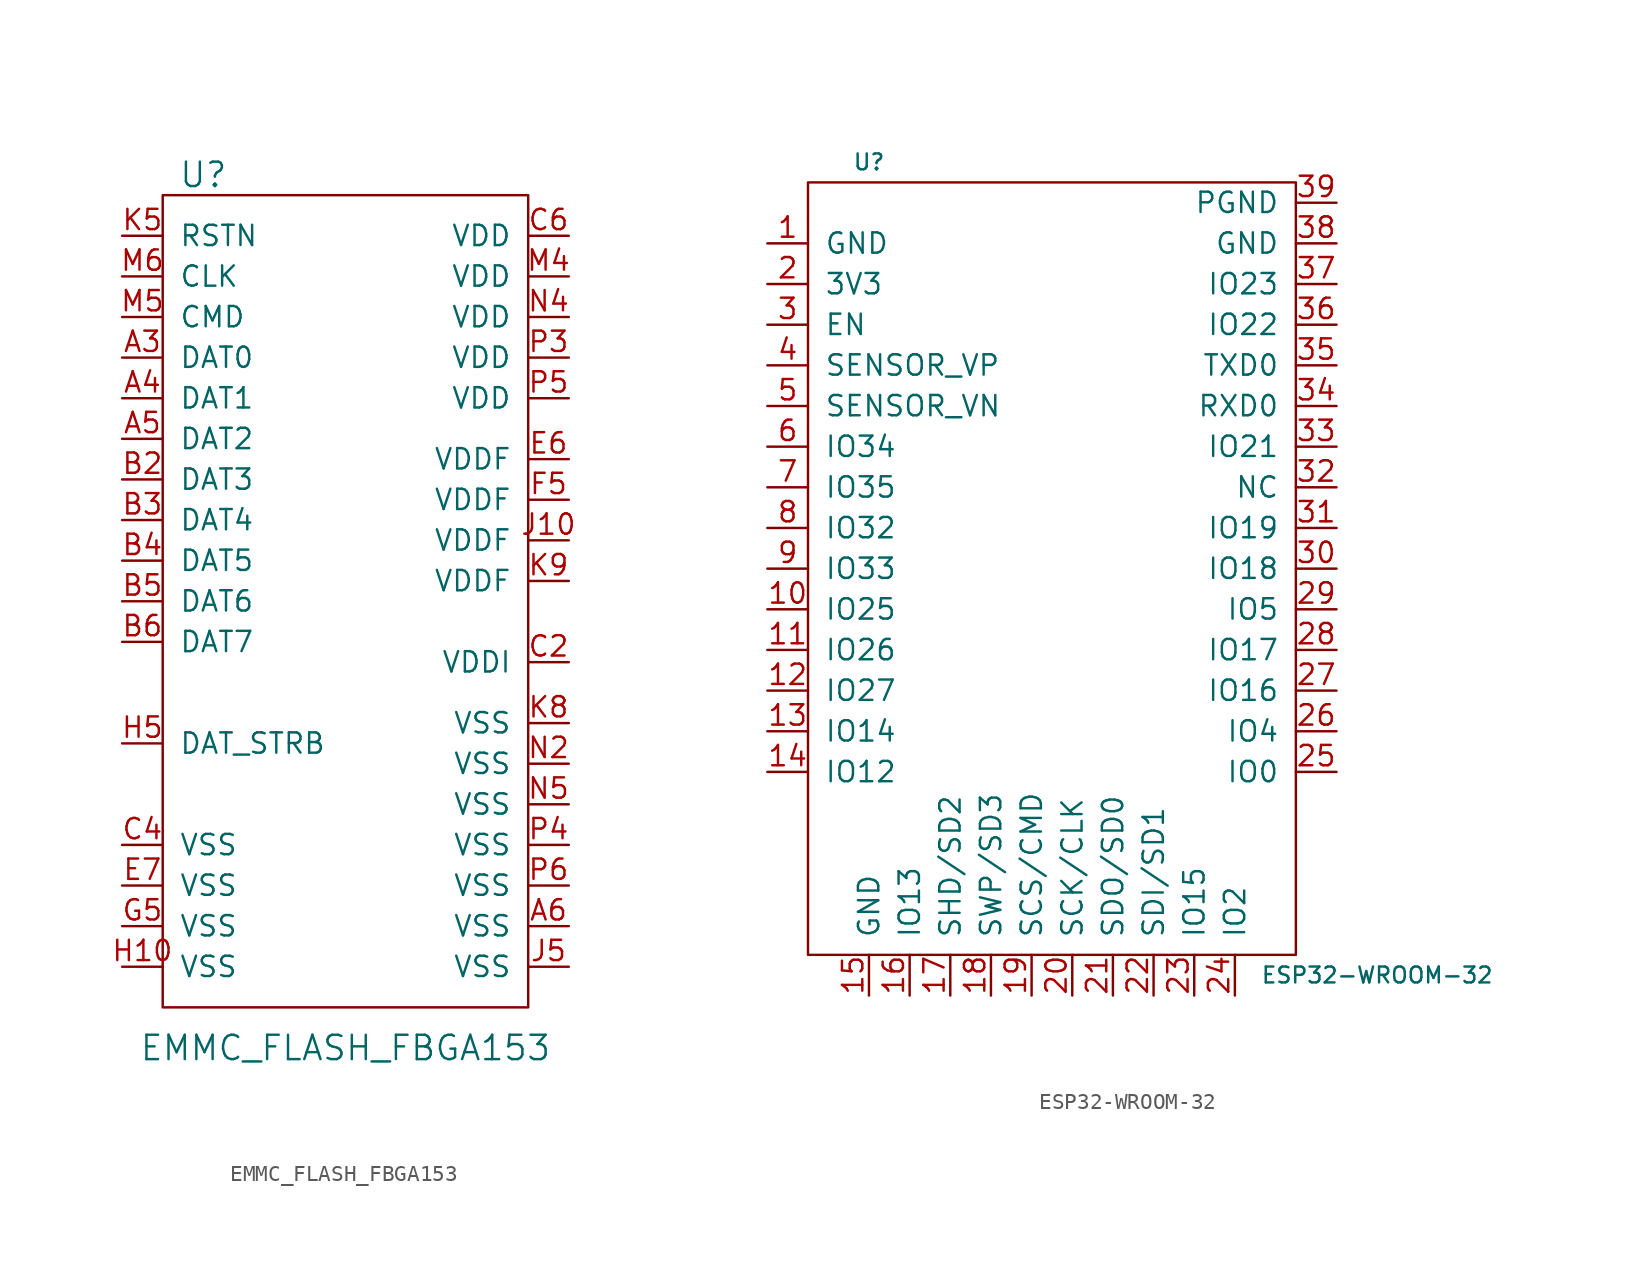
<source format=kicad_sym>
(kicad_symbol_lib
  (version 20210619)
  (generator kicad_symbol_editor)
  (symbol "tinkerforge:EMMC_FLASH_FBGA153"
    (pin_names
      (offset 1.016))
    (property "Reference" "U"
      (at -8.89 26.67 0)
      (effects (font (size 1.524 1.524))))
    (property "Value" "EMMC_FLASH_FBGA153"
      (at 0 -27.94 0)
      (effects (font (size 1.524 1.524))))
    (symbol "EMMC_FLASH_FBGA153_0_1"
      (rectangle (start -11.43 25.4) (end 11.43 -25.4) (stroke (width 0)) (fill (type none))))
    (symbol "EMMC_FLASH_FBGA153_1_1"
      (pin passive line (at -13.97 15.24 0) (length 2.54) (name "DAT0" (effects (font (size 1.27 1.27)))) (number "A3" (effects (font (size 1.27 1.27)))))
      (pin passive line (at -13.97 12.7 0) (length 2.54) (name "DAT1" (effects (font (size 1.27 1.27)))) (number "A4" (effects (font (size 1.27 1.27)))))
      (pin passive line (at -13.97 10.16 0) (length 2.54) (name "DAT2" (effects (font (size 1.27 1.27)))) (number "A5" (effects (font (size 1.27 1.27)))))
      (pin passive line (at 13.97 -20.32 180) (length 2.54) (name "VSS" (effects (font (size 1.27 1.27)))) (number "A6" (effects (font (size 1.27 1.27)))))
      (pin passive line (at -13.97 7.62 0) (length 2.54) (name "DAT3" (effects (font (size 1.27 1.27)))) (number "B2" (effects (font (size 1.27 1.27)))))
      (pin passive line (at -13.97 5.08 0) (length 2.54) (name "DAT4" (effects (font (size 1.27 1.27)))) (number "B3" (effects (font (size 1.27 1.27)))))
      (pin passive line (at -13.97 2.54 0) (length 2.54) (name "DAT5" (effects (font (size 1.27 1.27)))) (number "B4" (effects (font (size 1.27 1.27)))))
      (pin passive line (at -13.97 0 0) (length 2.54) (name "DAT6" (effects (font (size 1.27 1.27)))) (number "B5" (effects (font (size 1.27 1.27)))))
      (pin passive line (at -13.97 -2.54 0) (length 2.54) (name "DAT7" (effects (font (size 1.27 1.27)))) (number "B6" (effects (font (size 1.27 1.27)))))
      (pin passive line (at 13.97 -3.81 180) (length 2.54) (name "VDDI" (effects (font (size 1.27 1.27)))) (number "C2" (effects (font (size 1.27 1.27)))))
      (pin passive line (at -13.97 -15.24 0) (length 2.54) (name "VSS" (effects (font (size 1.27 1.27)))) (number "C4" (effects (font (size 1.27 1.27)))))
      (pin passive line (at 13.97 22.86 180) (length 2.54) (name "VDD" (effects (font (size 1.27 1.27)))) (number "C6" (effects (font (size 1.27 1.27)))))
      (pin passive line (at 13.97 8.89 180) (length 2.54) (name "VDDF" (effects (font (size 1.27 1.27)))) (number "E6" (effects (font (size 1.27 1.27)))))
      (pin passive line (at -13.97 -17.78 0) (length 2.54) (name "VSS" (effects (font (size 1.27 1.27)))) (number "E7" (effects (font (size 1.27 1.27)))))
      (pin passive line (at 13.97 6.35 180) (length 2.54) (name "VDDF" (effects (font (size 1.27 1.27)))) (number "F5" (effects (font (size 1.27 1.27)))))
      (pin passive line (at -13.97 -20.32 0) (length 2.54) (name "VSS" (effects (font (size 1.27 1.27)))) (number "G5" (effects (font (size 1.27 1.27)))))
      (pin passive line (at -13.97 -22.86 0) (length 2.54) (name "VSS" (effects (font (size 1.27 1.27)))) (number "H10" (effects (font (size 1.27 1.27)))))
      (pin passive line (at -13.97 -8.89 0) (length 2.54) (name "DAT_STRB" (effects (font (size 1.27 1.27)))) (number "H5" (effects (font (size 1.27 1.27)))))
      (pin passive line (at 13.97 3.81 180) (length 2.54) (name "VDDF" (effects (font (size 1.27 1.27)))) (number "J10" (effects (font (size 1.27 1.27)))))
      (pin passive line (at 13.97 -22.86 180) (length 2.54) (name "VSS" (effects (font (size 1.27 1.27)))) (number "J5" (effects (font (size 1.27 1.27)))))
      (pin passive line (at -13.97 22.86 0) (length 2.54) (name "RSTN" (effects (font (size 1.27 1.27)))) (number "K5" (effects (font (size 1.27 1.27)))))
      (pin passive line (at 13.97 -7.62 180) (length 2.54) (name "VSS" (effects (font (size 1.27 1.27)))) (number "K8" (effects (font (size 1.27 1.27)))))
      (pin passive line (at 13.97 1.27 180) (length 2.54) (name "VDDF" (effects (font (size 1.27 1.27)))) (number "K9" (effects (font (size 1.27 1.27)))))
      (pin passive line (at 13.97 20.32 180) (length 2.54) (name "VDD" (effects (font (size 1.27 1.27)))) (number "M4" (effects (font (size 1.27 1.27)))))
      (pin passive line (at -13.97 17.78 0) (length 2.54) (name "CMD" (effects (font (size 1.27 1.27)))) (number "M5" (effects (font (size 1.27 1.27)))))
      (pin passive line (at -13.97 20.32 0) (length 2.54) (name "CLK" (effects (font (size 1.27 1.27)))) (number "M6" (effects (font (size 1.27 1.27)))))
      (pin passive line (at 13.97 -10.16 180) (length 2.54) (name "VSS" (effects (font (size 1.27 1.27)))) (number "N2" (effects (font (size 1.27 1.27)))))
      (pin passive line (at 13.97 17.78 180) (length 2.54) (name "VDD" (effects (font (size 1.27 1.27)))) (number "N4" (effects (font (size 1.27 1.27)))))
      (pin passive line (at 13.97 -12.7 180) (length 2.54) (name "VSS" (effects (font (size 1.27 1.27)))) (number "N5" (effects (font (size 1.27 1.27)))))
      (pin passive line (at 13.97 15.24 180) (length 2.54) (name "VDD" (effects (font (size 1.27 1.27)))) (number "P3" (effects (font (size 1.27 1.27)))))
      (pin passive line (at 13.97 -15.24 180) (length 2.54) (name "VSS" (effects (font (size 1.27 1.27)))) (number "P4" (effects (font (size 1.27 1.27)))))
      (pin passive line (at 13.97 12.7 180) (length 2.54) (name "VDD" (effects (font (size 1.27 1.27)))) (number "P5" (effects (font (size 1.27 1.27)))))
      (pin passive line (at 13.97 -17.78 180) (length 2.54) (name "VSS" (effects (font (size 1.27 1.27)))) (number "P6" (effects (font (size 1.27 1.27)))))))
  (symbol "tinkerforge:ESP32-WROOM-32"
    (pin_names
      (offset 1.016))
    (property "Reference" "U"
      (at -11.43 25.4 0)
      (effects (font (size 0.991 0.991))))
    (property "Value" "ESP32-WROOM-32"
      (at 20.32 -25.4 0)
      (effects (font (size 0.991 0.991))))
    (symbol "ESP32-WROOM-32_0_1"
      (rectangle (start 15.24 24.13) (end -15.24 -24.13) (stroke (width 0)) (fill (type none))))
    (symbol "ESP32-WROOM-32_1_1"
      (pin passive line (at -17.78 20.32 0) (length 2.54) (name "GND" (effects (font (size 1.27 1.27)))) (number "1" (effects (font (size 1.27 1.27)))))
      (pin passive line (at -17.78 -2.54 0) (length 2.54) (name "IO25" (effects (font (size 1.27 1.27)))) (number "10" (effects (font (size 1.27 1.27)))))
      (pin passive line (at -17.78 -5.08 0) (length 2.54) (name "IO26" (effects (font (size 1.27 1.27)))) (number "11" (effects (font (size 1.27 1.27)))))
      (pin passive line (at -17.78 -7.62 0) (length 2.54) (name "IO27" (effects (font (size 1.27 1.27)))) (number "12" (effects (font (size 1.27 1.27)))))
      (pin passive line (at -17.78 -10.16 0) (length 2.54) (name "IO14" (effects (font (size 1.27 1.27)))) (number "13" (effects (font (size 1.27 1.27)))))
      (pin passive line (at -17.78 -12.7 0) (length 2.54) (name "IO12" (effects (font (size 1.27 1.27)))) (number "14" (effects (font (size 1.27 1.27)))))
      (pin passive line (at -11.43 -26.67 90) (length 2.54) (name "GND" (effects (font (size 1.27 1.27)))) (number "15" (effects (font (size 1.27 1.27)))))
      (pin passive line (at -8.89 -26.67 90) (length 2.54) (name "IO13" (effects (font (size 1.27 1.27)))) (number "16" (effects (font (size 1.27 1.27)))))
      (pin passive line (at -6.35 -26.67 90) (length 2.54) (name "SHD/SD2" (effects (font (size 1.27 1.27)))) (number "17" (effects (font (size 1.27 1.27)))))
      (pin passive line (at -3.81 -26.67 90) (length 2.54) (name "SWP/SD3" (effects (font (size 1.27 1.27)))) (number "18" (effects (font (size 1.27 1.27)))))
      (pin passive line (at -1.27 -26.67 90) (length 2.54) (name "SCS/CMD" (effects (font (size 1.27 1.27)))) (number "19" (effects (font (size 1.27 1.27)))))
      (pin passive line (at -17.78 17.78 0) (length 2.54) (name "3V3" (effects (font (size 1.27 1.27)))) (number "2" (effects (font (size 1.27 1.27)))))
      (pin passive line (at 1.27 -26.67 90) (length 2.54) (name "SCK/CLK" (effects (font (size 1.27 1.27)))) (number "20" (effects (font (size 1.27 1.27)))))
      (pin passive line (at 3.81 -26.67 90) (length 2.54) (name "SDO/SD0" (effects (font (size 1.27 1.27)))) (number "21" (effects (font (size 1.27 1.27)))))
      (pin passive line (at 6.35 -26.67 90) (length 2.54) (name "SDI/SD1" (effects (font (size 1.27 1.27)))) (number "22" (effects (font (size 1.27 1.27)))))
      (pin passive line (at 8.89 -26.67 90) (length 2.54) (name "IO15" (effects (font (size 1.27 1.27)))) (number "23" (effects (font (size 1.27 1.27)))))
      (pin passive line (at 11.43 -26.67 90) (length 2.54) (name "IO2" (effects (font (size 1.27 1.27)))) (number "24" (effects (font (size 1.27 1.27)))))
      (pin passive line (at 17.78 -12.7 180) (length 2.54) (name "IO0" (effects (font (size 1.27 1.27)))) (number "25" (effects (font (size 1.27 1.27)))))
      (pin passive line (at 17.78 -10.16 180) (length 2.54) (name "IO4" (effects (font (size 1.27 1.27)))) (number "26" (effects (font (size 1.27 1.27)))))
      (pin passive line (at 17.78 -7.62 180) (length 2.54) (name "IO16" (effects (font (size 1.27 1.27)))) (number "27" (effects (font (size 1.27 1.27)))))
      (pin passive line (at 17.78 -5.08 180) (length 2.54) (name "IO17" (effects (font (size 1.27 1.27)))) (number "28" (effects (font (size 1.27 1.27)))))
      (pin passive line (at 17.78 -2.54 180) (length 2.54) (name "IO5" (effects (font (size 1.27 1.27)))) (number "29" (effects (font (size 1.27 1.27)))))
      (pin passive line (at -17.78 15.24 0) (length 2.54) (name "EN" (effects (font (size 1.27 1.27)))) (number "3" (effects (font (size 1.27 1.27)))))
      (pin passive line (at 17.78 0 180) (length 2.54) (name "IO18" (effects (font (size 1.27 1.27)))) (number "30" (effects (font (size 1.27 1.27)))))
      (pin passive line (at 17.78 2.54 180) (length 2.54) (name "IO19" (effects (font (size 1.27 1.27)))) (number "31" (effects (font (size 1.27 1.27)))))
      (pin passive line (at 17.78 5.08 180) (length 2.54) (name "NC" (effects (font (size 1.27 1.27)))) (number "32" (effects (font (size 1.27 1.27)))))
      (pin passive line (at 17.78 7.62 180) (length 2.54) (name "IO21" (effects (font (size 1.27 1.27)))) (number "33" (effects (font (size 1.27 1.27)))))
      (pin passive line (at 17.78 10.16 180) (length 2.54) (name "RXD0" (effects (font (size 1.27 1.27)))) (number "34" (effects (font (size 1.27 1.27)))))
      (pin passive line (at 17.78 12.7 180) (length 2.54) (name "TXD0" (effects (font (size 1.27 1.27)))) (number "35" (effects (font (size 1.27 1.27)))))
      (pin passive line (at 17.78 15.24 180) (length 2.54) (name "IO22" (effects (font (size 1.27 1.27)))) (number "36" (effects (font (size 1.27 1.27)))))
      (pin passive line (at 17.78 17.78 180) (length 2.54) (name "IO23" (effects (font (size 1.27 1.27)))) (number "37" (effects (font (size 1.27 1.27)))))
      (pin passive line (at 17.78 20.32 180) (length 2.54) (name "GND" (effects (font (size 1.27 1.27)))) (number "38" (effects (font (size 1.27 1.27)))))
      (pin passive line (at 17.78 22.86 180) (length 2.54) (name "PGND" (effects (font (size 1.27 1.27)))) (number "39" (effects (font (size 1.27 1.27)))))
      (pin passive line (at -17.78 12.7 0) (length 2.54) (name "SENSOR_VP" (effects (font (size 1.27 1.27)))) (number "4" (effects (font (size 1.27 1.27)))))
      (pin passive line (at -17.78 10.16 0) (length 2.54) (name "SENSOR_VN" (effects (font (size 1.27 1.27)))) (number "5" (effects (font (size 1.27 1.27)))))
      (pin passive line (at -17.78 7.62 0) (length 2.54) (name "IO34" (effects (font (size 1.27 1.27)))) (number "6" (effects (font (size 1.27 1.27)))))
      (pin passive line (at -17.78 5.08 0) (length 2.54) (name "IO35" (effects (font (size 1.27 1.27)))) (number "7" (effects (font (size 1.27 1.27)))))
      (pin passive line (at -17.78 2.54 0) (length 2.54) (name "IO32" (effects (font (size 1.27 1.27)))) (number "8" (effects (font (size 1.27 1.27)))))
      (pin passive line (at -17.78 0 0) (length 2.54) (name "IO33" (effects (font (size 1.27 1.27)))) (number "9" (effects (font (size 1.27 1.27))))))))
</source>
